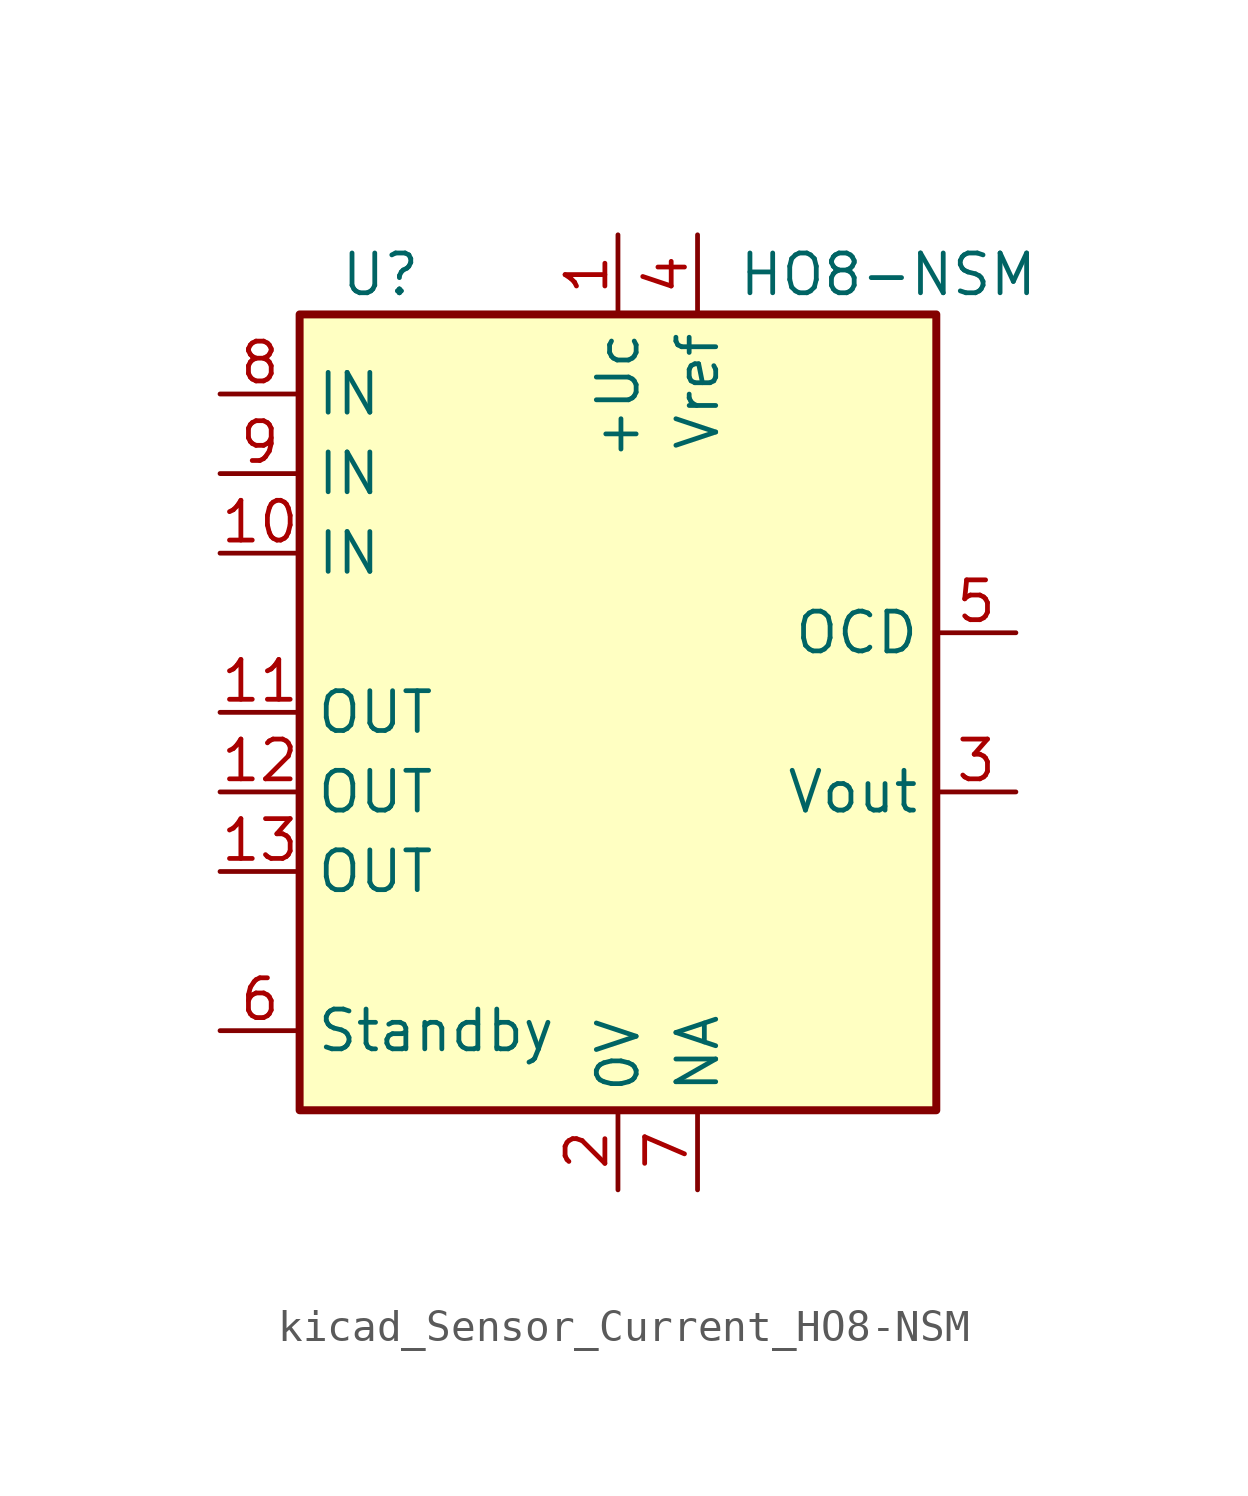
<source format=kicad_sym>
(kicad_symbol_lib
  (version 20220914)
  (generator kicad_symbol_editor)
  (symbol "kicad_Sensor_Current_HO8-NSM"
    (property "Reference" "U"
      (at -8.89 13.97 0)
      (effects (font (size 1.27 1.27)) (justify left)))
    (property "Value" "HO8-NSM"
      (at 3.81 13.97 0)
      (effects (font (size 1.27 1.27)) (justify left)))
    (symbol "kicad_Sensor_Current_HO8-NSM_0_1"
      (rectangle (start -10.16 12.7) (end 10.16 -12.7) (stroke (width 0.254) (type default)) (fill (type background))))
    (symbol "kicad_Sensor_Current_HO8-NSM_1_1"
      (pin power_in line (at 0 15.24 270) (length 2.54) (name "+Uc" (effects (font (size 1.27 1.27)))) (number "1" (effects (font (size 1.27 1.27)))))
      (pin passive line (at -12.7 5.08 0) (length 2.54) (name "IN" (effects (font (size 1.27 1.27)))) (number "10" (effects (font (size 1.27 1.27)))))
      (pin passive line (at -12.7 0 0) (length 2.54) (name "OUT" (effects (font (size 1.27 1.27)))) (number "11" (effects (font (size 1.27 1.27)))))
      (pin passive line (at -12.7 -2.54 0) (length 2.54) (name "OUT" (effects (font (size 1.27 1.27)))) (number "12" (effects (font (size 1.27 1.27)))))
      (pin passive line (at -12.7 -5.08 0) (length 2.54) (name "OUT" (effects (font (size 1.27 1.27)))) (number "13" (effects (font (size 1.27 1.27)))))
      (pin power_in line (at 0 -15.24 90) (length 2.54) (name "0V" (effects (font (size 1.27 1.27)))) (number "2" (effects (font (size 1.27 1.27)))))
      (pin output line (at 12.7 -2.54 180) (length 2.54) (name "Vout" (effects (font (size 1.27 1.27)))) (number "3" (effects (font (size 1.27 1.27)))))
      (pin passive line (at 2.54 15.24 270) (length 2.54) (name "Vref" (effects (font (size 1.27 1.27)))) (number "4" (effects (font (size 1.27 1.27)))))
      (pin open_collector line (at 12.7 2.54 180) (length 2.54) (name "OCD" (effects (font (size 1.27 1.27)))) (number "5" (effects (font (size 1.27 1.27)))))
      (pin input line (at -12.7 -10.16 0) (length 2.54) (name "Standby" (effects (font (size 1.27 1.27)))) (number "6" (effects (font (size 1.27 1.27)))))
      (pin passive line (at 2.54 -15.24 90) (length 2.54) (name "NA" (effects (font (size 1.27 1.27)))) (number "7" (effects (font (size 1.27 1.27)))))
      (pin passive line (at -12.7 10.16 0) (length 2.54) (name "IN" (effects (font (size 1.27 1.27)))) (number "8" (effects (font (size 1.27 1.27)))))
      (pin passive line (at -12.7 7.62 0) (length 2.54) (name "IN" (effects (font (size 1.27 1.27)))) (number "9" (effects (font (size 1.27 1.27))))))))
</source>
